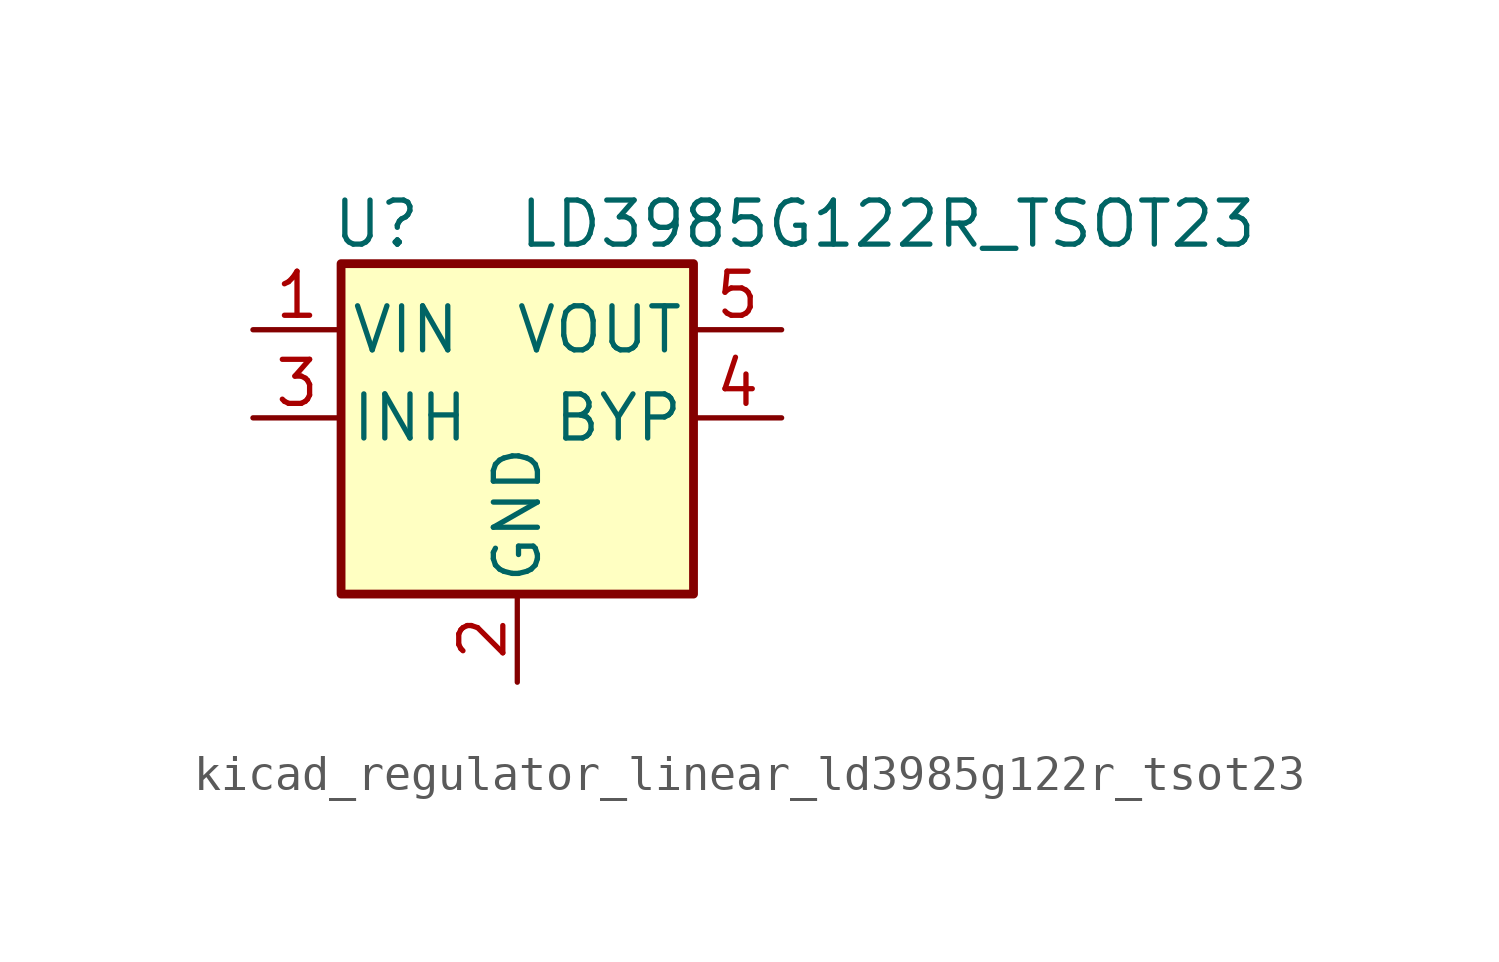
<source format=kicad_sym>
(kicad_symbol_lib
  (version 20220914)
  (generator kicad_symbol_editor)
  (symbol "kicad_regulator_linear_ld3985g122r_tsot23"
    (pin_names
      (offset 0.254))
    (property "Reference" "U"
      (at -4.064 5.588 0)
      (effects (font (size 1.27 1.27))))
    (property "Value" "LD3985G122R_TSOT23"
      (at 0 5.588 0)
      (effects (font (size 1.27 1.27)) (justify left)))
    (symbol "kicad_regulator_linear_ld3985g122r_tsot23_0_1"
      (rectangle (start -5.08 4.445) (end 5.08 -5.08) (stroke (width 0.254) (type default)) (fill (type background))))
    (symbol "kicad_regulator_linear_ld3985g122r_tsot23_1_1"
      (pin power_in line (at -7.62 2.54 0) (length 2.54) (name "VIN" (effects (font (size 1.27 1.27)))) (number "1" (effects (font (size 1.27 1.27)))))
      (pin power_in line (at 0 -7.62 90) (length 2.54) (name "GND" (effects (font (size 1.27 1.27)))) (number "2" (effects (font (size 1.27 1.27)))))
      (pin input line (at -7.62 0 0) (length 2.54) (name "INH" (effects (font (size 1.27 1.27)))) (number "3" (effects (font (size 1.27 1.27)))))
      (pin input line (at 7.62 0 180) (length 2.54) (name "BYP" (effects (font (size 1.27 1.27)))) (number "4" (effects (font (size 1.27 1.27)))))
      (pin power_out line (at 7.62 2.54 180) (length 2.54) (name "VOUT" (effects (font (size 1.27 1.27)))) (number "5" (effects (font (size 1.27 1.27))))))))
</source>
